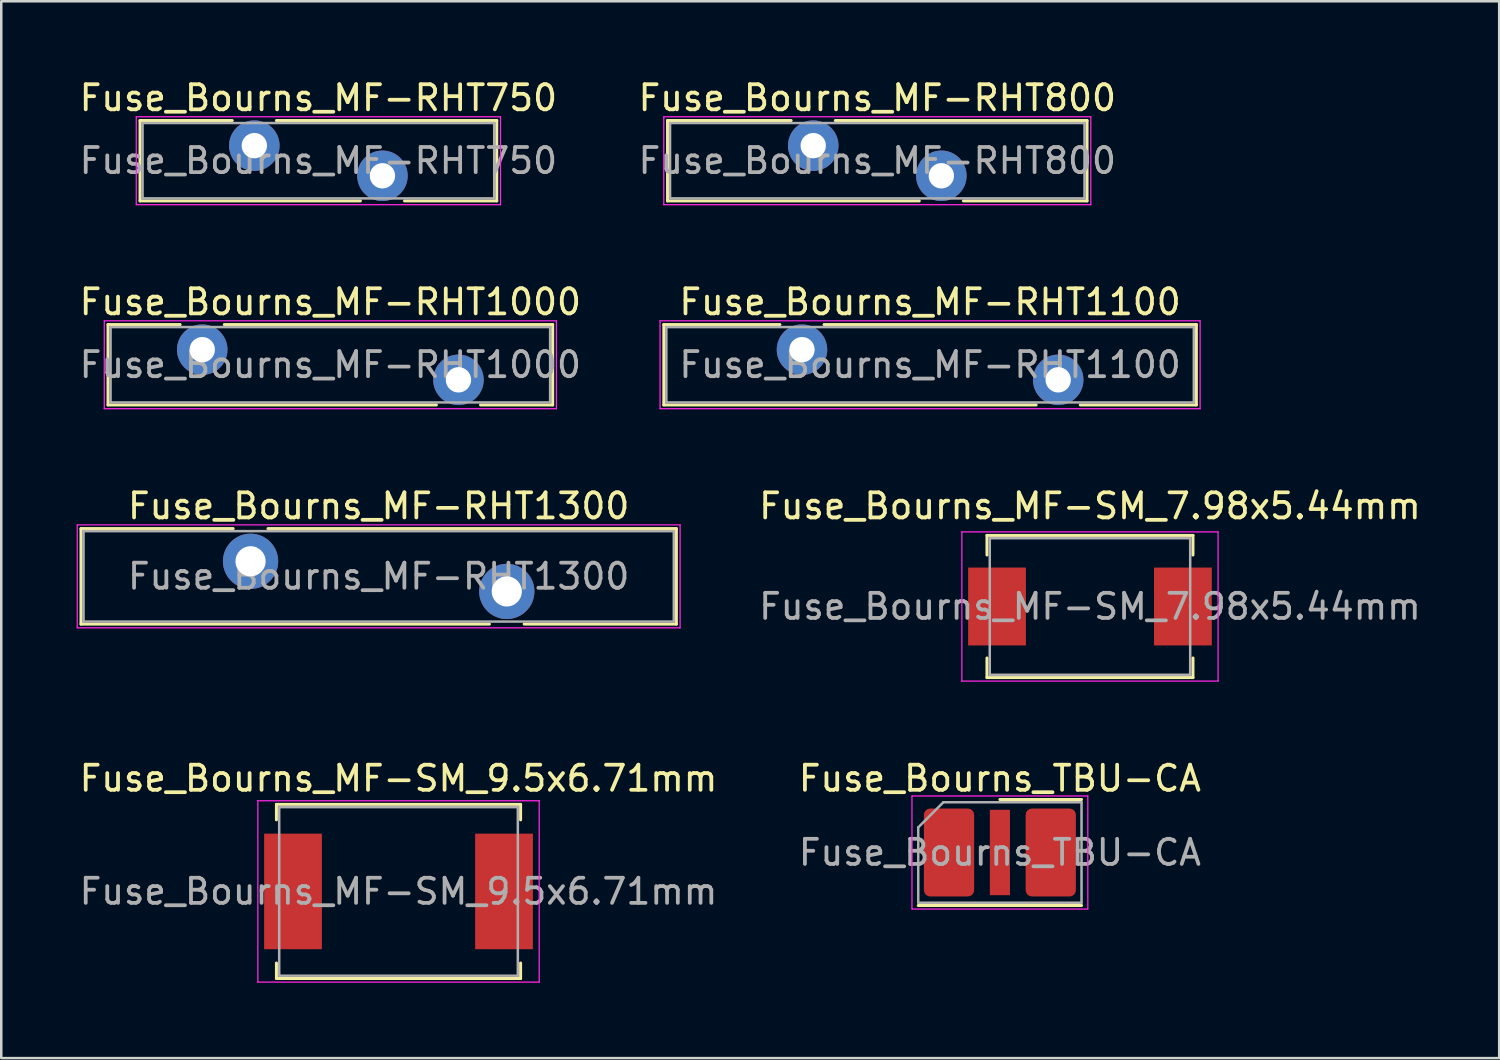
<source format=kicad_pcb>
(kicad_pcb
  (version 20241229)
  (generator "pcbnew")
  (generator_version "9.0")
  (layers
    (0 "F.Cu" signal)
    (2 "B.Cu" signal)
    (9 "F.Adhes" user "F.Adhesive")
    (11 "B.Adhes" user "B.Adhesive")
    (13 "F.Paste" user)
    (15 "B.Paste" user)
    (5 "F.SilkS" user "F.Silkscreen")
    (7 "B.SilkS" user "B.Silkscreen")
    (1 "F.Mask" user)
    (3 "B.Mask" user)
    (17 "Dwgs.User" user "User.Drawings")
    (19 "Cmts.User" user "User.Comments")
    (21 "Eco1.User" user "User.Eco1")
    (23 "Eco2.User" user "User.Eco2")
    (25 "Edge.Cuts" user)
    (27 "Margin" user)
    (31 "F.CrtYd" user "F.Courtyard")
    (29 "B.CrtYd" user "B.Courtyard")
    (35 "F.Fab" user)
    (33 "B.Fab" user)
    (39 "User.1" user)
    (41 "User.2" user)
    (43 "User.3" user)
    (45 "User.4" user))
  (footprint "Fuse_Bourns_MF-SM_7.98x5.44mm"
    (layer "F.Cu")
    (at 40.342 21.095)
    (property "Reference" "Fuse_Bourns_MF-SM_7.98x5.44mm" (at 0 -4 0) (layer "F.SilkS") (effects (font (size 1 1) (thickness 0.15))))
    (attr smd)
    (fp_line (start -4.1 -2.83) (end -4.1 -2.05) (stroke (width 0.12) (type solid)) (layer "F.SilkS"))
    (fp_line (start -4.1 -2.83) (end 4.1 -2.83) (stroke (width 0.12) (type solid)) (layer "F.SilkS"))
    (fp_line (start -4.1 2.83) (end -4.1 2.05) (stroke (width 0.12) (type solid)) (layer "F.SilkS"))
    (fp_line (start -4.1 2.83) (end 4.1 2.83) (stroke (width 0.12) (type solid)) (layer "F.SilkS"))
    (fp_line (start 4.1 -2.83) (end 4.1 -2.05) (stroke (width 0.12) (type solid)) (layer "F.SilkS"))
    (fp_line (start 4.1 2.83) (end 4.1 2.05) (stroke (width 0.12) (type solid)) (layer "F.SilkS"))
    (fp_line (start -5.1 -2.97) (end 5.1 -2.97) (stroke (width 0.05) (type solid)) (layer "F.CrtYd"))
    (fp_line (start -5.1 2.97) (end -5.1 -2.97) (stroke (width 0.05) (type solid)) (layer "F.CrtYd"))
    (fp_line (start 5.1 -2.97) (end 5.1 2.97) (stroke (width 0.05) (type solid)) (layer "F.CrtYd"))
    (fp_line (start 5.1 2.97) (end -5.1 2.97) (stroke (width 0.05) (type solid)) (layer "F.CrtYd"))
    (fp_line (start -3.99 -2.72) (end 3.99 -2.72) (stroke (width 0.1) (type solid)) (layer "F.Fab"))
    (fp_line (start -3.99 2.72) (end -3.99 -2.72) (stroke (width 0.1) (type solid)) (layer "F.Fab"))
    (fp_line (start 3.99 -2.72) (end 3.99 2.72) (stroke (width 0.1) (type solid)) (layer "F.Fab"))
    (fp_line (start 3.99 2.72) (end -3.99 2.72) (stroke (width 0.1) (type solid)) (layer "F.Fab"))
    (fp_text user "${REFERENCE}" (at 0 0 0) (layer "F.Fab") (effects (font (size 1 1) (thickness 0.15))))
    (pad "1" smd rect (at -3.7 0) (size 2.3 3.1) (layers "F.Cu" "F.Mask" "F.Paste"))
    (pad "2" smd rect (at 3.7 0) (size 2.3 3.1) (layers "F.Cu" "F.Mask" "F.Paste")))
  (footprint "Fuse_Bourns_MF-RHT1000"
    (layer "F.Cu")
    (at 5.001 10.871)
    (property "Reference" "Fuse_Bourns_MF-RHT1000" (at 5.1 -1.9 0) (layer "F.SilkS") (effects (font (size 1 1) (thickness 0.15))))
    (attr through_hole)
    (fp_line (start -3.751 -1) (end -3.751 2.2) (stroke (width 0.12) (type solid)) (layer "F.SilkS"))
    (fp_line (start -3.751 -1) (end -0.879 -1) (stroke (width 0.12) (type solid)) (layer "F.SilkS"))
    (fp_line (start -3.751 2.2) (end 9.322 2.2) (stroke (width 0.12) (type solid)) (layer "F.SilkS"))
    (fp_line (start 0.879 -1) (end 13.95 -1) (stroke (width 0.12) (type solid)) (layer "F.SilkS"))
    (fp_line (start 11.079 2.2) (end 13.95 2.2) (stroke (width 0.12) (type solid)) (layer "F.SilkS"))
    (fp_line (start 13.95 -1) (end 13.95 2.2) (stroke (width 0.12) (type solid)) (layer "F.SilkS"))
    (fp_line (start -3.9 -1.15) (end -3.9 2.35) (stroke (width 0.05) (type solid)) (layer "F.CrtYd"))
    (fp_line (start -3.9 2.35) (end 14.1 2.35) (stroke (width 0.05) (type solid)) (layer "F.CrtYd"))
    (fp_line (start 14.1 -1.15) (end -3.9 -1.15) (stroke (width 0.05) (type solid)) (layer "F.CrtYd"))
    (fp_line (start 14.1 2.35) (end 14.1 -1.15) (stroke (width 0.05) (type solid)) (layer "F.CrtYd"))
    (fp_line (start -3.65 -0.9) (end -3.65 2.1) (stroke (width 0.1) (type solid)) (layer "F.Fab"))
    (fp_line (start -3.65 2.1) (end 13.85 2.1) (stroke (width 0.1) (type solid)) (layer "F.Fab"))
    (fp_line (start 13.85 -0.9) (end -3.65 -0.9) (stroke (width 0.1) (type solid)) (layer "F.Fab"))
    (fp_line (start 13.85 2.1) (end 13.85 -0.9) (stroke (width 0.1) (type solid)) (layer "F.Fab"))
    (fp_text user "${REFERENCE}" (at 5.1 0.6 0) (layer "F.Fab") (effects (font (size 1 1) (thickness 0.15))))
    (pad "1" thru_hole circle (at 0 0) (size 2.01 2.01) (drill 1.01) (layers "*.Cu" "*.Mask"))
    (pad "2" thru_hole circle (at 10.2 1.2) (size 2.01 2.01) (drill 1.01) (layers "*.Cu" "*.Mask")))
  (footprint "Fuse_Bourns_MF-RHT1100"
    (layer "F.Cu")
    (at 28.877 10.871)
    (property "Reference" "Fuse_Bourns_MF-RHT1100" (at 5.1 -1.9 0) (layer "F.SilkS") (effects (font (size 1 1) (thickness 0.15))))
    (attr through_hole)
    (fp_line (start -5.5 -1) (end -5.5 2.2) (stroke (width 0.12) (type solid)) (layer "F.SilkS"))
    (fp_line (start -5.5 -1) (end -0.879 -1) (stroke (width 0.12) (type solid)) (layer "F.SilkS"))
    (fp_line (start -5.5 2.2) (end 9.322 2.2) (stroke (width 0.12) (type solid)) (layer "F.SilkS"))
    (fp_line (start 0.879 -1) (end 15.7 -1) (stroke (width 0.12) (type solid)) (layer "F.SilkS"))
    (fp_line (start 11.079 2.2) (end 15.7 2.2) (stroke (width 0.12) (type solid)) (layer "F.SilkS"))
    (fp_line (start 15.7 -1) (end 15.7 2.2) (stroke (width 0.12) (type solid)) (layer "F.SilkS"))
    (fp_line (start -5.65 -1.15) (end -5.65 2.35) (stroke (width 0.05) (type solid)) (layer "F.CrtYd"))
    (fp_line (start -5.65 2.35) (end 15.85 2.35) (stroke (width 0.05) (type solid)) (layer "F.CrtYd"))
    (fp_line (start 15.85 -1.15) (end -5.65 -1.15) (stroke (width 0.05) (type solid)) (layer "F.CrtYd"))
    (fp_line (start 15.85 2.35) (end 15.85 -1.15) (stroke (width 0.05) (type solid)) (layer "F.CrtYd"))
    (fp_line (start -5.4 -0.9) (end -5.4 2.1) (stroke (width 0.1) (type solid)) (layer "F.Fab"))
    (fp_line (start -5.4 2.1) (end 15.6 2.1) (stroke (width 0.1) (type solid)) (layer "F.Fab"))
    (fp_line (start 15.6 -0.9) (end -5.4 -0.9) (stroke (width 0.1) (type solid)) (layer "F.Fab"))
    (fp_line (start 15.6 2.1) (end 15.6 -0.9) (stroke (width 0.1) (type solid)) (layer "F.Fab"))
    (fp_text user "${REFERENCE}" (at 5.1 0.6 0) (layer "F.Fab") (effects (font (size 1 1) (thickness 0.15))))
    (pad "1" thru_hole circle (at 0 0) (size 2.01 2.01) (drill 1.01) (layers "*.Cu" "*.Mask"))
    (pad "2" thru_hole circle (at 10.2 1.2) (size 2.01 2.01) (drill 1.01) (layers "*.Cu" "*.Mask")))
  (footprint "Fuse_Bourns_MF-RHT750"
    (layer "F.Cu")
    (at 7.075 2.748)
    (property "Reference" "Fuse_Bourns_MF-RHT750" (at 2.55 -1.9 0) (layer "F.SilkS") (effects (font (size 1 1) (thickness 0.15))))
    (attr through_hole)
    (fp_line (start -4.55 -1) (end -4.55 2.2) (stroke (width 0.12) (type solid)) (layer "F.SilkS"))
    (fp_line (start -4.55 -1) (end -0.879 -1) (stroke (width 0.12) (type solid)) (layer "F.SilkS"))
    (fp_line (start -4.55 2.2) (end 4.222 2.2) (stroke (width 0.12) (type solid)) (layer "F.SilkS"))
    (fp_line (start 0.879 -1) (end 9.65 -1) (stroke (width 0.12) (type solid)) (layer "F.SilkS"))
    (fp_line (start 5.979 2.2) (end 9.65 2.2) (stroke (width 0.12) (type solid)) (layer "F.SilkS"))
    (fp_line (start 9.65 -1) (end 9.65 2.2) (stroke (width 0.12) (type solid)) (layer "F.SilkS"))
    (fp_line (start -4.7 -1.15) (end -4.7 2.35) (stroke (width 0.05) (type solid)) (layer "F.CrtYd"))
    (fp_line (start -4.7 2.35) (end 9.8 2.35) (stroke (width 0.05) (type solid)) (layer "F.CrtYd"))
    (fp_line (start 9.8 -1.15) (end -4.7 -1.15) (stroke (width 0.05) (type solid)) (layer "F.CrtYd"))
    (fp_line (start 9.8 2.35) (end 9.8 -1.15) (stroke (width 0.05) (type solid)) (layer "F.CrtYd"))
    (fp_line (start -4.45 -0.9) (end -4.45 2.1) (stroke (width 0.1) (type solid)) (layer "F.Fab"))
    (fp_line (start -4.45 2.1) (end 9.55 2.1) (stroke (width 0.1) (type solid)) (layer "F.Fab"))
    (fp_line (start 9.55 -0.9) (end -4.45 -0.9) (stroke (width 0.1) (type solid)) (layer "F.Fab"))
    (fp_line (start 9.55 2.1) (end 9.55 -0.9) (stroke (width 0.1) (type solid)) (layer "F.Fab"))
    (fp_text user "${REFERENCE}" (at 2.55 0.6 0) (layer "F.Fab") (effects (font (size 1 1) (thickness 0.15))))
    (pad "1" thru_hole circle (at 0 0) (size 2.01 2.01) (drill 1.01) (layers "*.Cu" "*.Mask"))
    (pad "2" thru_hole circle (at 5.1 1.2) (size 2.01 2.01) (drill 1.01) (layers "*.Cu" "*.Mask")))
  (footprint "Fuse_Bourns_MF-RHT800"
    (layer "F.Cu")
    (at 29.325 2.748)
    (property "Reference" "Fuse_Bourns_MF-RHT800" (at 2.55 -1.9 0) (layer "F.SilkS") (effects (font (size 1 1) (thickness 0.15))))
    (attr through_hole)
    (fp_line (start -5.8 -1) (end -5.8 2.2) (stroke (width 0.12) (type solid)) (layer "F.SilkS"))
    (fp_line (start -5.8 -1) (end -0.879 -1) (stroke (width 0.12) (type solid)) (layer "F.SilkS"))
    (fp_line (start -5.8 2.2) (end 4.222 2.2) (stroke (width 0.12) (type solid)) (layer "F.SilkS"))
    (fp_line (start 0.879 -1) (end 10.9 -1) (stroke (width 0.12) (type solid)) (layer "F.SilkS"))
    (fp_line (start 5.979 2.2) (end 10.9 2.2) (stroke (width 0.12) (type solid)) (layer "F.SilkS"))
    (fp_line (start 10.9 -1) (end 10.9 2.2) (stroke (width 0.12) (type solid)) (layer "F.SilkS"))
    (fp_line (start -5.95 -1.15) (end -5.95 2.35) (stroke (width 0.05) (type solid)) (layer "F.CrtYd"))
    (fp_line (start -5.95 2.35) (end 11.05 2.35) (stroke (width 0.05) (type solid)) (layer "F.CrtYd"))
    (fp_line (start 11.05 -1.15) (end -5.95 -1.15) (stroke (width 0.05) (type solid)) (layer "F.CrtYd"))
    (fp_line (start 11.05 2.35) (end 11.05 -1.15) (stroke (width 0.05) (type solid)) (layer "F.CrtYd"))
    (fp_line (start -5.7 -0.9) (end -5.7 2.1) (stroke (width 0.1) (type solid)) (layer "F.Fab"))
    (fp_line (start -5.7 2.1) (end 10.8 2.1) (stroke (width 0.1) (type solid)) (layer "F.Fab"))
    (fp_line (start 10.8 -0.9) (end -5.7 -0.9) (stroke (width 0.1) (type solid)) (layer "F.Fab"))
    (fp_line (start 10.8 2.1) (end 10.8 -0.9) (stroke (width 0.1) (type solid)) (layer "F.Fab"))
    (fp_text user "${REFERENCE}" (at 2.55 0.6 0) (layer "F.Fab") (effects (font (size 1 1) (thickness 0.15))))
    (pad "1" thru_hole circle (at 0 0) (size 2.01 2.01) (drill 1.01) (layers "*.Cu" "*.Mask"))
    (pad "2" thru_hole circle (at 5.1 1.2) (size 2.01 2.01) (drill 1.01) (layers "*.Cu" "*.Mask")))
  (footprint "Fuse_Bourns_TBU-CA"
    (layer "F.Cu")
    (at 36.756 30.888)
    (property "Reference" "Fuse_Bourns_TBU-CA" (at 0 -2.95 0) (layer "F.SilkS") (effects (font (size 1 1) (thickness 0.15))))
    (attr smd)
    (fp_line (start -3.25 2.11) (end 3.25 2.11) (stroke (width 0.12) (type solid)) (layer "F.SilkS"))
    (fp_line (start 0 -2.11) (end 3.25 -2.11) (stroke (width 0.12) (type solid)) (layer "F.SilkS"))
    (fp_line (start -3.5 -2.25) (end -3.5 2.25) (stroke (width 0.05) (type solid)) (layer "F.CrtYd"))
    (fp_line (start -3.5 2.25) (end 3.5 2.25) (stroke (width 0.05) (type solid)) (layer "F.CrtYd"))
    (fp_line (start 3.5 -2.25) (end -3.5 -2.25) (stroke (width 0.05) (type solid)) (layer "F.CrtYd"))
    (fp_line (start 3.5 2.25) (end 3.5 -2.25) (stroke (width 0.05) (type solid)) (layer "F.CrtYd"))
    (fp_line (start -3.25 -1) (end -2.25 -2) (stroke (width 0.1) (type solid)) (layer "F.Fab"))
    (fp_line (start -3.25 2) (end -3.25 -1) (stroke (width 0.1) (type solid)) (layer "F.Fab"))
    (fp_line (start -2.25 -2) (end 3.25 -2) (stroke (width 0.1) (type solid)) (layer "F.Fab"))
    (fp_line (start 3.25 -2) (end 3.25 2) (stroke (width 0.1) (type solid)) (layer "F.Fab"))
    (fp_line (start 3.25 2) (end -3.25 2) (stroke (width 0.1) (type solid)) (layer "F.Fab"))
    (fp_text user "${REFERENCE}" (at 0 0 0) (layer "F.Fab") (effects (font (size 1 1) (thickness 0.15))))
    (pad "1" smd roundrect (at -2.025 0) (size 2 3.5) (layers "F.Cu" "F.Mask" "F.Paste") (roundrect_rratio 0.125))
    (pad "2" smd rect (at 0 0) (size 0.8 3.4) (layers "F.Cu" "F.Mask" "F.Paste"))
    (pad "3" smd roundrect (at 2.025 0) (size 2 3.5) (layers "F.Cu" "F.Mask" "F.Paste") (roundrect_rratio 0.125)))
  (footprint "Fuse_Bourns_MF-RHT1300"
    (layer "F.Cu")
    (at 6.925 19.295)
    (property "Reference" "Fuse_Bourns_MF-RHT1300" (at 5.1 -2.2 0) (layer "F.SilkS") (effects (font (size 1 1) (thickness 0.15))))
    (attr through_hole)
    (fp_line (start -6.75 -1.301) (end -6.75 2.5) (stroke (width 0.12) (type solid)) (layer "F.SilkS"))
    (fp_line (start -6.75 -1.301) (end -0.693 -1.301) (stroke (width 0.12) (type solid)) (layer "F.SilkS"))
    (fp_line (start -6.75 2.5) (end 9.508 2.5) (stroke (width 0.12) (type solid)) (layer "F.SilkS"))
    (fp_line (start 0.693 -1.301) (end 16.951 -1.301) (stroke (width 0.12) (type solid)) (layer "F.SilkS"))
    (fp_line (start 10.893 2.5) (end 16.951 2.5) (stroke (width 0.12) (type solid)) (layer "F.SilkS"))
    (fp_line (start 16.951 -1.301) (end 16.951 2.5) (stroke (width 0.12) (type solid)) (layer "F.SilkS"))
    (fp_line (start -6.9 -1.45) (end -6.9 2.65) (stroke (width 0.05) (type solid)) (layer "F.CrtYd"))
    (fp_line (start -6.9 2.65) (end 17.1 2.65) (stroke (width 0.05) (type solid)) (layer "F.CrtYd"))
    (fp_line (start 17.1 -1.45) (end -6.9 -1.45) (stroke (width 0.05) (type solid)) (layer "F.CrtYd"))
    (fp_line (start 17.1 2.65) (end 17.1 -1.45) (stroke (width 0.05) (type solid)) (layer "F.CrtYd"))
    (fp_line (start -6.65 -1.2) (end -6.65 2.4) (stroke (width 0.1) (type solid)) (layer "F.Fab"))
    (fp_line (start -6.65 2.4) (end 16.85 2.4) (stroke (width 0.1) (type solid)) (layer "F.Fab"))
    (fp_line (start 16.85 -1.2) (end -6.65 -1.2) (stroke (width 0.1) (type solid)) (layer "F.Fab"))
    (fp_line (start 16.85 2.4) (end 16.85 -1.2) (stroke (width 0.1) (type solid)) (layer "F.Fab"))
    (fp_text user "${REFERENCE}" (at 5.1 0.6 0) (layer "F.Fab") (effects (font (size 1 1) (thickness 0.15))))
    (pad "1" thru_hole circle (at 0 0) (size 2.2 2.2) (drill 1.2) (layers "*.Cu" "*.Mask"))
    (pad "2" thru_hole circle (at 10.2 1.2) (size 2.2 2.2) (drill 1.2) (layers "*.Cu" "*.Mask")))
  (footprint "Fuse_Bourns_MF-SM_9.5x6.71mm"
    (layer "F.Cu")
    (at 12.815 32.438)
    (property "Reference" "Fuse_Bourns_MF-SM_9.5x6.71mm" (at 0 -4.5 0) (layer "F.SilkS") (effects (font (size 1 1) (thickness 0.15))))
    (attr smd)
    (fp_line (start -4.86 -3.465) (end 4.86 -3.465) (stroke (width 0.12) (type solid)) (layer "F.SilkS"))
    (fp_line (start -4.86 -2.85) (end -4.86 -3.465) (stroke (width 0.12) (type solid)) (layer "F.SilkS"))
    (fp_line (start -4.86 2.85) (end -4.86 3.465) (stroke (width 0.12) (type solid)) (layer "F.SilkS"))
    (fp_line (start -4.86 3.465) (end 4.86 3.465) (stroke (width 0.12) (type solid)) (layer "F.SilkS"))
    (fp_line (start 4.86 -2.85) (end 4.86 -3.465) (stroke (width 0.12) (type solid)) (layer "F.SilkS"))
    (fp_line (start 4.86 2.85) (end 4.86 3.465) (stroke (width 0.12) (type solid)) (layer "F.SilkS"))
    (fp_line (start -5.6 -3.61) (end 5.6 -3.61) (stroke (width 0.05) (type solid)) (layer "F.CrtYd"))
    (fp_line (start -5.6 3.61) (end -5.6 -3.61) (stroke (width 0.05) (type solid)) (layer "F.CrtYd"))
    (fp_line (start 5.6 -3.61) (end 5.6 3.61) (stroke (width 0.05) (type solid)) (layer "F.CrtYd"))
    (fp_line (start 5.6 3.61) (end -5.6 3.61) (stroke (width 0.05) (type solid)) (layer "F.CrtYd"))
    (fp_line (start -4.75 -3.355) (end 4.75 -3.355) (stroke (width 0.1) (type solid)) (layer "F.Fab"))
    (fp_line (start -4.75 3.355) (end -4.75 -3.355) (stroke (width 0.1) (type solid)) (layer "F.Fab"))
    (fp_line (start 4.75 -3.355) (end 4.75 3.355) (stroke (width 0.1) (type solid)) (layer "F.Fab"))
    (fp_line (start 4.75 3.355) (end -4.75 3.355) (stroke (width 0.1) (type solid)) (layer "F.Fab"))
    (fp_text user "${REFERENCE}" (at 0 0 0) (layer "F.Fab") (effects (font (size 1 1) (thickness 0.15))))
    (pad "1" smd rect (at -4.2 0) (size 2.3 4.6) (layers "F.Cu" "F.Mask" "F.Paste"))
    (pad "2" smd rect (at 4.2 0) (size 2.3 4.6) (layers "F.Cu" "F.Mask" "F.Paste")))
  (gr_rect
    (start -3 -3)
    (end 56.633 39.073)
    (stroke (width 0.1) (type default))
    (fill no)
    (layer "Edge.Cuts")))
</source>
